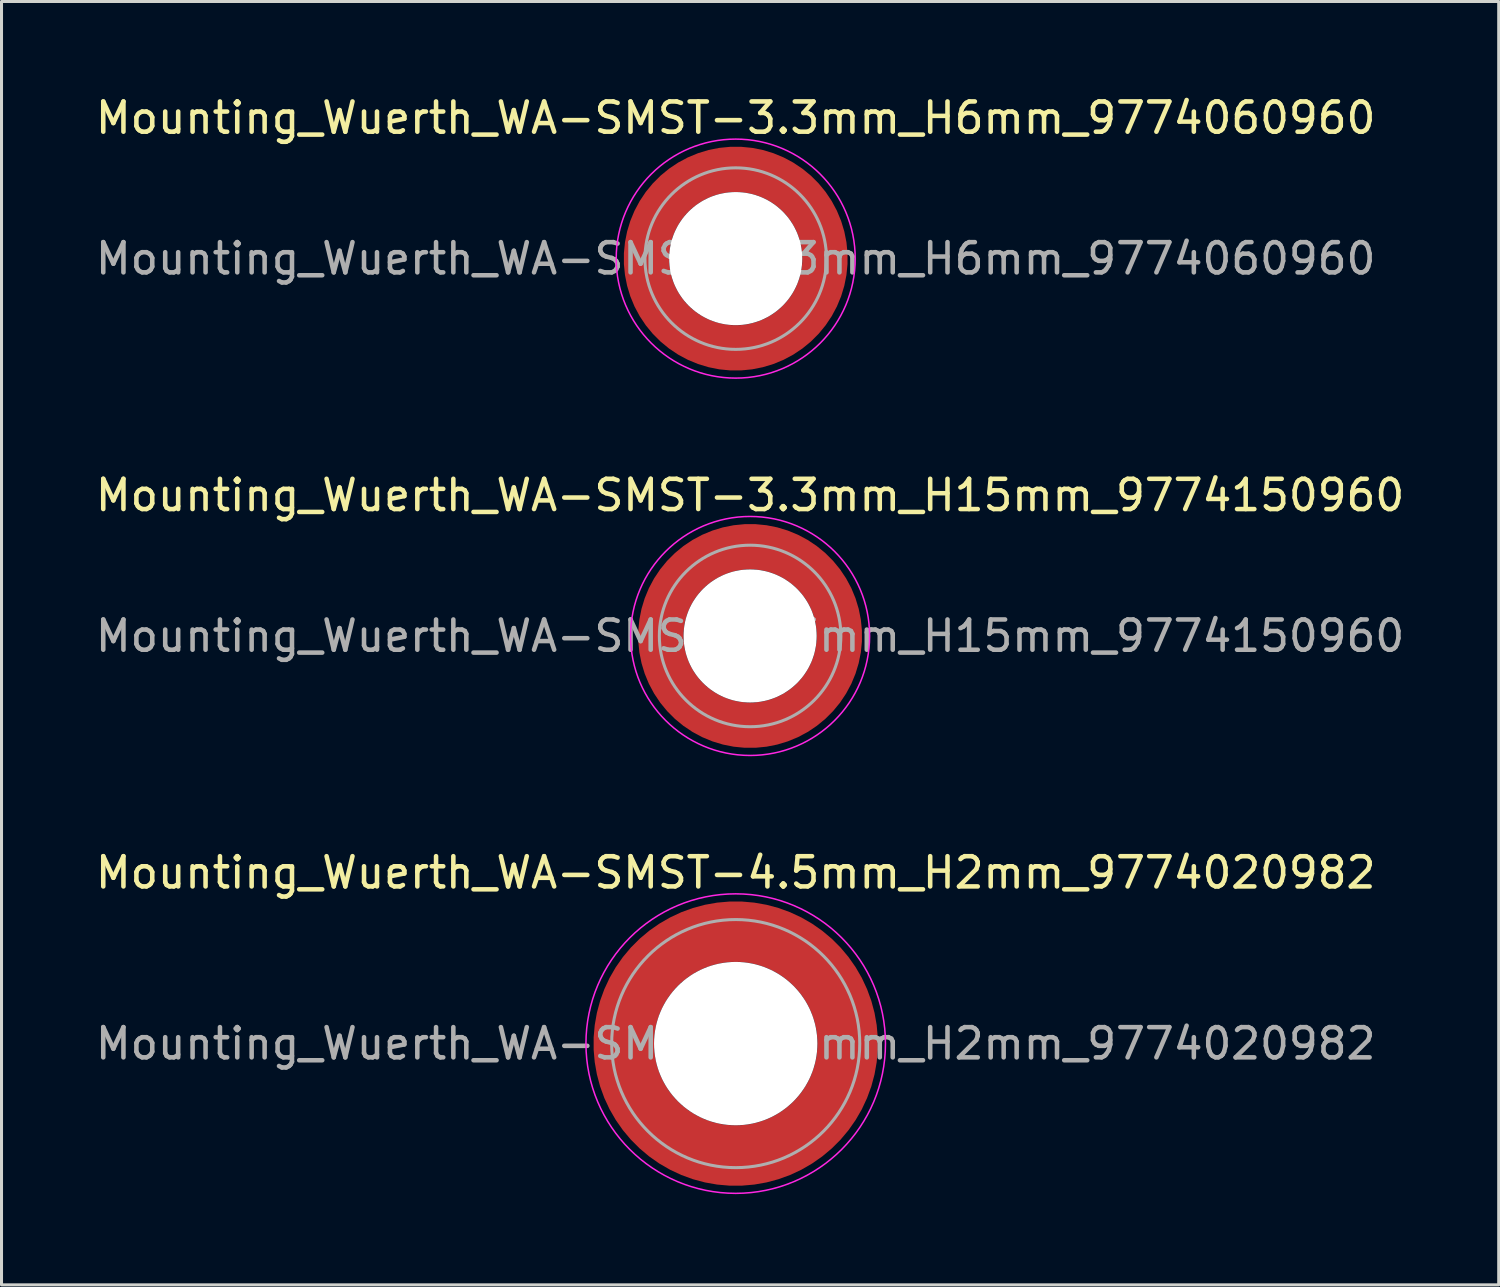
<source format=kicad_pcb>
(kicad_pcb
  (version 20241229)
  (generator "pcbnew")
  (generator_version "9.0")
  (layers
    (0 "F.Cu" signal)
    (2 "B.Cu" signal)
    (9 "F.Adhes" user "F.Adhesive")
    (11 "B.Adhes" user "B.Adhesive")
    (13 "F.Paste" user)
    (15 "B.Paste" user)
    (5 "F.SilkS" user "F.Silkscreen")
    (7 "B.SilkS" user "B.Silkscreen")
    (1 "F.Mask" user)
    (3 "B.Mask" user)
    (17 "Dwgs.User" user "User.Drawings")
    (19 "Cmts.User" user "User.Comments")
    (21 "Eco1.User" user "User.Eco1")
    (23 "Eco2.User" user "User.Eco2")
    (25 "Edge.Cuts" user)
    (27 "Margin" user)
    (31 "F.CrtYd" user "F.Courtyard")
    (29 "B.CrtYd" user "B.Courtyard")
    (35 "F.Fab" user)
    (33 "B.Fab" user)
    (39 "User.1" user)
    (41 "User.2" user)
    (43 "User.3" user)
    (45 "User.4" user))
  (footprint "Mounting_Wuerth_WA-SMST-3.3mm_H6mm_9774060960"
    (layer "F.Cu")
    (at 21.268 5.498)
    (property "Reference" "Mounting_Wuerth_WA-SMST-3.3mm_H6mm_9774060960" (at 0 -4.65 0) (layer "F.SilkS") (effects (font (size 1 1) (thickness 0.15))))
    (attr smd)
    (fp_circle (center 0 0) (end 3.95 0) (stroke (width 0.05) (type solid)) (fill no) (layer "F.CrtYd"))
    (fp_circle (center 0 0) (end 3 0) (stroke (width 0.1) (type solid)) (fill no) (layer "F.Fab"))
    (fp_text user "${REFERENCE}" (at 0 0 0) (layer "F.Fab") (effects (font (size 1 1) (thickness 0.15))))
    (pad "" smd custom (at -2.058 -2.058) (size 0.7 0.7) (layers "F.Paste") (options (anchor circle)) (primitives (gr_arc (start -0.377294 1.707681) (mid 0.318198 0.318198) (end 1.707681 -0.377294) (width 0.2)) (gr_arc (start -0.478281 1.707681) (mid 0.247487 0.247487) (end 1.707681 -0.478281) (width 0.2)) (gr_arc (start -0.579192 1.707681) (mid 0.176777 0.176777) (end 1.707681 -0.579192) (width 0.2)) (gr_arc (start -0.680037 1.707681) (mid 0.106066 0.106066) (end 1.707681 -0.680037) (width 0.2)) (gr_arc (start -0.780822 1.707681) (mid 0.035356 0.035356) (end 1.707681 -0.780822) (width 0.2)) (gr_arc (start -0.881554 1.707681) (mid -0.035355 -0.035355) (end 1.707681 -0.881554) (width 0.2)) (gr_arc (start -0.982237 1.707681) (mid -0.106066 -0.106066) (end 1.707681 -0.982237) (width 0.2)) (gr_arc (start -1.082877 1.707681) (mid -0.176777 -0.176777) (end 1.707681 -1.082877) (width 0.2)) (gr_arc (start -1.183476 1.707681) (mid -0.247487 -0.247487) (end 1.707681 -1.183476) (width 0.2)) (gr_arc (start -1.28404 1.707681) (mid -0.318198 -0.318198) (end 1.707681 -1.28404) (width 0.2)) (gr_line (start 1.708 -0.377) (end 1.708 -1.284) (width 0.2)) (gr_line (start -0.377 1.708) (end -1.284 1.708) (width 0.2))))
    (pad "" smd custom (at -2.058 2.058) (size 0.7 0.7) (layers "F.Paste") (options (anchor circle)) (primitives (gr_arc (start 1.707681 0.377294) (mid 0.318198 -0.318198) (end -0.377294 -1.707681) (width 0.2)) (gr_arc (start 1.707681 0.478281) (mid 0.247487 -0.247487) (end -0.478281 -1.707681) (width 0.2)) (gr_arc (start 1.707681 0.579192) (mid 0.176777 -0.176777) (end -0.579192 -1.707681) (width 0.2)) (gr_arc (start 1.707681 0.680037) (mid 0.106066 -0.106066) (end -0.680037 -1.707681) (width 0.2)) (gr_arc (start 1.707681 0.780822) (mid 0.035356 -0.035356) (end -0.780822 -1.707681) (width 0.2)) (gr_arc (start 1.707681 0.881554) (mid -0.035355 0.035355) (end -0.881554 -1.707681) (width 0.2)) (gr_arc (start 1.707681 0.982237) (mid -0.106066 0.106066) (end -0.982237 -1.707681) (width 0.2)) (gr_arc (start 1.707681 1.082877) (mid -0.176777 0.176777) (end -1.082877 -1.707681) (width 0.2)) (gr_arc (start 1.707681 1.183476) (mid -0.247487 0.247487) (end -1.183476 -1.707681) (width 0.2)) (gr_arc (start 1.707681 1.28404) (mid -0.318198 0.318198) (end -1.28404 -1.707681) (width 0.2)) (gr_line (start -0.377 -1.708) (end -1.284 -1.708) (width 0.2)) (gr_line (start 1.708 0.377) (end 1.708 1.284) (width 0.2))))
    (pad "" np_thru_hole circle (at 0 0) (size 4.4 4.4) (drill 4.4) (layers "*.Cu" "*.Mask"))
    (pad "" smd custom (at 2.058 -2.058) (size 0.7 0.7) (layers "F.Paste") (options (anchor circle)) (primitives (gr_arc (start -1.707681 -0.377294) (mid -0.318198 0.318198) (end 0.377294 1.707681) (width 0.2)) (gr_arc (start -1.707681 -0.478281) (mid -0.247487 0.247487) (end 0.478281 1.707681) (width 0.2)) (gr_arc (start -1.707681 -0.579192) (mid -0.176777 0.176777) (end 0.579192 1.707681) (width 0.2)) (gr_arc (start -1.707681 -0.680037) (mid -0.106066 0.106066) (end 0.680037 1.707681) (width 0.2)) (gr_arc (start -1.707681 -0.780822) (mid -0.035356 0.035356) (end 0.780822 1.707681) (width 0.2)) (gr_arc (start -1.707681 -0.881554) (mid 0.035355 -0.035355) (end 0.881554 1.707681) (width 0.2)) (gr_arc (start -1.707681 -0.982237) (mid 0.106066 -0.106066) (end 0.982237 1.707681) (width 0.2)) (gr_arc (start -1.707681 -1.082877) (mid 0.176777 -0.176777) (end 1.082877 1.707681) (width 0.2)) (gr_arc (start -1.707681 -1.183476) (mid 0.247487 -0.247487) (end 1.183476 1.707681) (width 0.2)) (gr_arc (start -1.707681 -1.28404) (mid 0.318198 -0.318198) (end 1.28404 1.707681) (width 0.2)) (gr_line (start 0.377 1.708) (end 1.284 1.708) (width 0.2)) (gr_line (start -1.708 -0.377) (end -1.708 -1.284) (width 0.2))))
    (pad "" smd custom (at 2.058 2.058) (size 0.7 0.7) (layers "F.Paste") (options (anchor circle)) (primitives (gr_arc (start 0.377294 -1.707681) (mid -0.318198 -0.318198) (end -1.707681 0.377294) (width 0.2)) (gr_arc (start 0.478281 -1.707681) (mid -0.247487 -0.247487) (end -1.707681 0.478281) (width 0.2)) (gr_arc (start 0.579192 -1.707681) (mid -0.176777 -0.176777) (end -1.707681 0.579192) (width 0.2)) (gr_arc (start 0.680037 -1.707681) (mid -0.106066 -0.106066) (end -1.707681 0.680037) (width 0.2)) (gr_arc (start 0.780822 -1.707681) (mid -0.035356 -0.035356) (end -1.707681 0.780822) (width 0.2)) (gr_arc (start 0.881554 -1.707681) (mid 0.035355 0.035355) (end -1.707681 0.881554) (width 0.2)) (gr_arc (start 0.982237 -1.707681) (mid 0.106066 0.106066) (end -1.707681 0.982237) (width 0.2)) (gr_arc (start 1.082877 -1.707681) (mid 0.176777 0.176777) (end -1.707681 1.082877) (width 0.2)) (gr_arc (start 1.183476 -1.707681) (mid 0.247487 0.247487) (end -1.707681 1.183476) (width 0.2)) (gr_arc (start 1.28404 -1.707681) (mid 0.318198 0.318198) (end -1.707681 1.28404) (width 0.2)) (gr_line (start -1.708 0.377) (end -1.708 1.284) (width 0.2)) (gr_line (start 0.377 -1.708) (end 1.284 -1.708) (width 0.2))))
    (pad "1" smd circle (at -2.95 0) (size 1.1 1.1) (layers "F.Cu"))
    (pad "1" smd circle (at 0 -2.95) (size 1.1 1.1) (layers "F.Cu"))
    (pad "1" smd circle (at 0 2.95) (size 1.1 1.1) (layers "F.Cu"))
    (pad "1" smd custom (at 2.95 0) (size 1.1 1.1) (layers "F.Cu" "F.Mask") (options (anchor circle)) (primitives (gr_circle (center -2.95 0) (end 0 0) (width 1.5) (fill no)))))
  (footprint "Mounting_Wuerth_WA-SMST-3.3mm_H15mm_9774150960"
    (layer "F.Cu")
    (at 21.744 17.971)
    (property "Reference" "Mounting_Wuerth_WA-SMST-3.3mm_H15mm_9774150960" (at 0 -4.65 0) (layer "F.SilkS") (effects (font (size 1 1) (thickness 0.15))))
    (attr smd)
    (fp_circle (center 0 0) (end 3.95 0) (stroke (width 0.05) (type solid)) (fill no) (layer "F.CrtYd"))
    (fp_circle (center 0 0) (end 3 0) (stroke (width 0.1) (type solid)) (fill no) (layer "F.Fab"))
    (fp_text user "${REFERENCE}" (at 0 0 0) (layer "F.Fab") (effects (font (size 1 1) (thickness 0.15))))
    (pad "" smd custom (at -2.058 -2.058) (size 0.7 0.7) (layers "F.Paste") (options (anchor circle)) (primitives (gr_arc (start -0.377294 1.707681) (mid 0.318198 0.318198) (end 1.707681 -0.377294) (width 0.2)) (gr_arc (start -0.478281 1.707681) (mid 0.247487 0.247487) (end 1.707681 -0.478281) (width 0.2)) (gr_arc (start -0.579192 1.707681) (mid 0.176777 0.176777) (end 1.707681 -0.579192) (width 0.2)) (gr_arc (start -0.680037 1.707681) (mid 0.106066 0.106066) (end 1.707681 -0.680037) (width 0.2)) (gr_arc (start -0.780822 1.707681) (mid 0.035356 0.035356) (end 1.707681 -0.780822) (width 0.2)) (gr_arc (start -0.881554 1.707681) (mid -0.035355 -0.035355) (end 1.707681 -0.881554) (width 0.2)) (gr_arc (start -0.982237 1.707681) (mid -0.106066 -0.106066) (end 1.707681 -0.982237) (width 0.2)) (gr_arc (start -1.082877 1.707681) (mid -0.176777 -0.176777) (end 1.707681 -1.082877) (width 0.2)) (gr_arc (start -1.183476 1.707681) (mid -0.247487 -0.247487) (end 1.707681 -1.183476) (width 0.2)) (gr_arc (start -1.28404 1.707681) (mid -0.318198 -0.318198) (end 1.707681 -1.28404) (width 0.2)) (gr_line (start 1.708 -0.377) (end 1.708 -1.284) (width 0.2)) (gr_line (start -0.377 1.708) (end -1.284 1.708) (width 0.2))))
    (pad "" smd custom (at -2.058 2.058) (size 0.7 0.7) (layers "F.Paste") (options (anchor circle)) (primitives (gr_arc (start 1.707681 0.377294) (mid 0.318198 -0.318198) (end -0.377294 -1.707681) (width 0.2)) (gr_arc (start 1.707681 0.478281) (mid 0.247487 -0.247487) (end -0.478281 -1.707681) (width 0.2)) (gr_arc (start 1.707681 0.579192) (mid 0.176777 -0.176777) (end -0.579192 -1.707681) (width 0.2)) (gr_arc (start 1.707681 0.680037) (mid 0.106066 -0.106066) (end -0.680037 -1.707681) (width 0.2)) (gr_arc (start 1.707681 0.780822) (mid 0.035356 -0.035356) (end -0.780822 -1.707681) (width 0.2)) (gr_arc (start 1.707681 0.881554) (mid -0.035355 0.035355) (end -0.881554 -1.707681) (width 0.2)) (gr_arc (start 1.707681 0.982237) (mid -0.106066 0.106066) (end -0.982237 -1.707681) (width 0.2)) (gr_arc (start 1.707681 1.082877) (mid -0.176777 0.176777) (end -1.082877 -1.707681) (width 0.2)) (gr_arc (start 1.707681 1.183476) (mid -0.247487 0.247487) (end -1.183476 -1.707681) (width 0.2)) (gr_arc (start 1.707681 1.28404) (mid -0.318198 0.318198) (end -1.28404 -1.707681) (width 0.2)) (gr_line (start -0.377 -1.708) (end -1.284 -1.708) (width 0.2)) (gr_line (start 1.708 0.377) (end 1.708 1.284) (width 0.2))))
    (pad "" np_thru_hole circle (at 0 0) (size 4.4 4.4) (drill 4.4) (layers "*.Cu" "*.Mask"))
    (pad "" smd custom (at 2.058 -2.058) (size 0.7 0.7) (layers "F.Paste") (options (anchor circle)) (primitives (gr_arc (start -1.707681 -0.377294) (mid -0.318198 0.318198) (end 0.377294 1.707681) (width 0.2)) (gr_arc (start -1.707681 -0.478281) (mid -0.247487 0.247487) (end 0.478281 1.707681) (width 0.2)) (gr_arc (start -1.707681 -0.579192) (mid -0.176777 0.176777) (end 0.579192 1.707681) (width 0.2)) (gr_arc (start -1.707681 -0.680037) (mid -0.106066 0.106066) (end 0.680037 1.707681) (width 0.2)) (gr_arc (start -1.707681 -0.780822) (mid -0.035356 0.035356) (end 0.780822 1.707681) (width 0.2)) (gr_arc (start -1.707681 -0.881554) (mid 0.035355 -0.035355) (end 0.881554 1.707681) (width 0.2)) (gr_arc (start -1.707681 -0.982237) (mid 0.106066 -0.106066) (end 0.982237 1.707681) (width 0.2)) (gr_arc (start -1.707681 -1.082877) (mid 0.176777 -0.176777) (end 1.082877 1.707681) (width 0.2)) (gr_arc (start -1.707681 -1.183476) (mid 0.247487 -0.247487) (end 1.183476 1.707681) (width 0.2)) (gr_arc (start -1.707681 -1.28404) (mid 0.318198 -0.318198) (end 1.28404 1.707681) (width 0.2)) (gr_line (start 0.377 1.708) (end 1.284 1.708) (width 0.2)) (gr_line (start -1.708 -0.377) (end -1.708 -1.284) (width 0.2))))
    (pad "" smd custom (at 2.058 2.058) (size 0.7 0.7) (layers "F.Paste") (options (anchor circle)) (primitives (gr_arc (start 0.377294 -1.707681) (mid -0.318198 -0.318198) (end -1.707681 0.377294) (width 0.2)) (gr_arc (start 0.478281 -1.707681) (mid -0.247487 -0.247487) (end -1.707681 0.478281) (width 0.2)) (gr_arc (start 0.579192 -1.707681) (mid -0.176777 -0.176777) (end -1.707681 0.579192) (width 0.2)) (gr_arc (start 0.680037 -1.707681) (mid -0.106066 -0.106066) (end -1.707681 0.680037) (width 0.2)) (gr_arc (start 0.780822 -1.707681) (mid -0.035356 -0.035356) (end -1.707681 0.780822) (width 0.2)) (gr_arc (start 0.881554 -1.707681) (mid 0.035355 0.035355) (end -1.707681 0.881554) (width 0.2)) (gr_arc (start 0.982237 -1.707681) (mid 0.106066 0.106066) (end -1.707681 0.982237) (width 0.2)) (gr_arc (start 1.082877 -1.707681) (mid 0.176777 0.176777) (end -1.707681 1.082877) (width 0.2)) (gr_arc (start 1.183476 -1.707681) (mid 0.247487 0.247487) (end -1.707681 1.183476) (width 0.2)) (gr_arc (start 1.28404 -1.707681) (mid 0.318198 0.318198) (end -1.707681 1.28404) (width 0.2)) (gr_line (start -1.708 0.377) (end -1.708 1.284) (width 0.2)) (gr_line (start 0.377 -1.708) (end 1.284 -1.708) (width 0.2))))
    (pad "1" smd circle (at -2.95 0) (size 1.1 1.1) (layers "F.Cu"))
    (pad "1" smd circle (at 0 -2.95) (size 1.1 1.1) (layers "F.Cu"))
    (pad "1" smd circle (at 0 2.95) (size 1.1 1.1) (layers "F.Cu"))
    (pad "1" smd custom (at 2.95 0) (size 1.1 1.1) (layers "F.Cu" "F.Mask") (options (anchor circle)) (primitives (gr_circle (center -2.95 0) (end 0 0) (width 1.5) (fill no)))))
  (footprint "Mounting_Wuerth_WA-SMST-4.5mm_H2mm_9774020982"
    (layer "F.Cu")
    (at 21.268 31.445)
    (property "Reference" "Mounting_Wuerth_WA-SMST-4.5mm_H2mm_9774020982" (at 0 -5.65 0) (layer "F.SilkS") (effects (font (size 1 1) (thickness 0.15))))
    (attr smd)
    (fp_circle (center 0 0) (end 4.95 0) (stroke (width 0.05) (type solid)) (fill no) (layer "F.CrtYd"))
    (fp_circle (center 0 0) (end 4.1 0) (stroke (width 0.1) (type solid)) (fill no) (layer "F.Fab"))
    (fp_text user "${REFERENCE}" (at 0 0 0) (layer "F.Fab") (effects (font (size 1 1) (thickness 0.15))))
    (pad "" smd custom (at -2.607 -2.607) (size 1.495 1.495) (layers "F.Paste") (options (anchor circle)) (primitives (gr_arc (start -0.188183 2.107456) (mid 0.599273 0.599273) (end 2.107456 -0.188183) (width 0.2)) (gr_arc (start -0.289416 2.107456) (mid 0.52877 0.52877) (end 2.107456 -0.289416) (width 0.2)) (gr_arc (start -0.390547 2.107456) (mid 0.458268 0.458268) (end 2.107456 -0.390547) (width 0.2)) (gr_arc (start -0.491585 2.107456) (mid 0.387765 0.387765) (end 2.107456 -0.491585) (width 0.2)) (gr_arc (start -0.59254 2.107456) (mid 0.317262 0.317262) (end 2.107456 -0.59254) (width 0.2)) (gr_arc (start -0.693419 2.107456) (mid 0.24676 0.24676) (end 2.107456 -0.693419) (width 0.2)) (gr_arc (start -0.794229 2.107456) (mid 0.176257 0.176257) (end 2.107456 -0.794229) (width 0.2)) (gr_arc (start -0.894975 2.107456) (mid 0.105754 0.105754) (end 2.107456 -0.894975) (width 0.2)) (gr_arc (start -0.995664 2.107456) (mid 0.035251 0.035251) (end 2.107456 -0.995664) (width 0.2)) (gr_arc (start -1.0963 2.107456) (mid -0.035252 -0.035252) (end 2.107456 -1.0963) (width 0.2)) (gr_arc (start -1.196886 2.107456) (mid -0.105754 -0.105754) (end 2.107456 -1.196886) (width 0.2)) (gr_arc (start -1.297427 2.107456) (mid -0.176257 -0.176257) (end 2.107456 -1.297427) (width 0.2)) (gr_arc (start -1.397927 2.107456) (mid -0.24676 -0.24676) (end 2.107456 -1.397927) (width 0.2)) (gr_arc (start -1.498388 2.107456) (mid -0.317262 -0.317262) (end 2.107456 -1.498388) (width 0.2)) (gr_arc (start -1.598813 2.107456) (mid -0.387765 -0.387765) (end 2.107456 -1.598813) (width 0.2)) (gr_arc (start -1.699204 2.107456) (mid -0.458267 -0.458267) (end 2.107456 -1.699204) (width 0.2)) (gr_arc (start -1.799565 2.107456) (mid -0.528771 -0.528771) (end 2.107456 -1.799565) (width 0.2)) (gr_arc (start -1.899896 2.107456) (mid -0.599273 -0.599273) (end 2.107456 -1.899896) (width 0.2)) (gr_arc (start -1.899896 2.107456) (mid -0.599273 -0.599273) (end 2.107456 -1.899896) (width 0.2)) (gr_line (start 2.107 -0.188) (end 2.107 -1.9) (width 0.2)) (gr_line (start -0.188 2.107) (end -1.9 2.107) (width 0.2))))
    (pad "" smd custom (at -2.607 2.607) (size 1.495 1.495) (layers "F.Paste") (options (anchor circle)) (primitives (gr_arc (start 2.107456 0.188183) (mid 0.599273 -0.599273) (end -0.188183 -2.107456) (width 0.2)) (gr_arc (start 2.107456 0.289416) (mid 0.52877 -0.52877) (end -0.289416 -2.107456) (width 0.2)) (gr_arc (start 2.107456 0.390547) (mid 0.458268 -0.458268) (end -0.390547 -2.107456) (width 0.2)) (gr_arc (start 2.107456 0.491585) (mid 0.387765 -0.387765) (end -0.491585 -2.107456) (width 0.2)) (gr_arc (start 2.107456 0.59254) (mid 0.317262 -0.317262) (end -0.59254 -2.107456) (width 0.2)) (gr_arc (start 2.107456 0.693419) (mid 0.24676 -0.24676) (end -0.693419 -2.107456) (width 0.2)) (gr_arc (start 2.107456 0.794229) (mid 0.176257 -0.176257) (end -0.794229 -2.107456) (width 0.2)) (gr_arc (start 2.107456 0.894975) (mid 0.105754 -0.105754) (end -0.894975 -2.107456) (width 0.2)) (gr_arc (start 2.107456 0.995664) (mid 0.035251 -0.035251) (end -0.995664 -2.107456) (width 0.2)) (gr_arc (start 2.107456 1.0963) (mid -0.035252 0.035252) (end -1.0963 -2.107456) (width 0.2)) (gr_arc (start 2.107456 1.196886) (mid -0.105754 0.105754) (end -1.196886 -2.107456) (width 0.2)) (gr_arc (start 2.107456 1.297427) (mid -0.176257 0.176257) (end -1.297427 -2.107456) (width 0.2)) (gr_arc (start 2.107456 1.397927) (mid -0.24676 0.24676) (end -1.397927 -2.107456) (width 0.2)) (gr_arc (start 2.107456 1.498388) (mid -0.317262 0.317262) (end -1.498388 -2.107456) (width 0.2)) (gr_arc (start 2.107456 1.598813) (mid -0.387765 0.387765) (end -1.598813 -2.107456) (width 0.2)) (gr_arc (start 2.107456 1.699204) (mid -0.458267 0.458267) (end -1.699204 -2.107456) (width 0.2)) (gr_arc (start 2.107456 1.799565) (mid -0.528771 0.528771) (end -1.799565 -2.107456) (width 0.2)) (gr_arc (start 2.107456 1.899896) (mid -0.599273 0.599273) (end -1.899896 -2.107456) (width 0.2)) (gr_arc (start 2.107456 1.899896) (mid -0.599273 0.599273) (end -1.899896 -2.107456) (width 0.2)) (gr_line (start -0.188 -2.107) (end -1.9 -2.107) (width 0.2)) (gr_line (start 2.107 0.188) (end 2.107 1.9) (width 0.2))))
    (pad "" np_thru_hole circle (at 0 0) (size 5.4 5.4) (drill 5.4) (layers "*.Cu" "*.Mask"))
    (pad "" smd custom (at 2.607 -2.607) (size 1.495 1.495) (layers "F.Paste") (options (anchor circle)) (primitives (gr_arc (start -2.107456 -0.188183) (mid -0.599273 0.599273) (end 0.188183 2.107456) (width 0.2)) (gr_arc (start -2.107456 -0.289416) (mid -0.52877 0.52877) (end 0.289416 2.107456) (width 0.2)) (gr_arc (start -2.107456 -0.390547) (mid -0.458268 0.458268) (end 0.390547 2.107456) (width 0.2)) (gr_arc (start -2.107456 -0.491585) (mid -0.387765 0.387765) (end 0.491585 2.107456) (width 0.2)) (gr_arc (start -2.107456 -0.59254) (mid -0.317262 0.317262) (end 0.59254 2.107456) (width 0.2)) (gr_arc (start -2.107456 -0.693419) (mid -0.24676 0.24676) (end 0.693419 2.107456) (width 0.2)) (gr_arc (start -2.107456 -0.794229) (mid -0.176257 0.176257) (end 0.794229 2.107456) (width 0.2)) (gr_arc (start -2.107456 -0.894975) (mid -0.105754 0.105754) (end 0.894975 2.107456) (width 0.2)) (gr_arc (start -2.107456 -0.995664) (mid -0.035251 0.035251) (end 0.995664 2.107456) (width 0.2)) (gr_arc (start -2.107456 -1.0963) (mid 0.035252 -0.035252) (end 1.0963 2.107456) (width 0.2)) (gr_arc (start -2.107456 -1.196886) (mid 0.105754 -0.105754) (end 1.196886 2.107456) (width 0.2)) (gr_arc (start -2.107456 -1.297427) (mid 0.176257 -0.176257) (end 1.297427 2.107456) (width 0.2)) (gr_arc (start -2.107456 -1.397927) (mid 0.24676 -0.24676) (end 1.397927 2.107456) (width 0.2)) (gr_arc (start -2.107456 -1.498388) (mid 0.317262 -0.317262) (end 1.498388 2.107456) (width 0.2)) (gr_arc (start -2.107456 -1.598813) (mid 0.387765 -0.387765) (end 1.598813 2.107456) (width 0.2)) (gr_arc (start -2.107456 -1.699204) (mid 0.458267 -0.458267) (end 1.699204 2.107456) (width 0.2)) (gr_arc (start -2.107456 -1.799565) (mid 0.528771 -0.528771) (end 1.799565 2.107456) (width 0.2)) (gr_arc (start -2.107456 -1.899896) (mid 0.599273 -0.599273) (end 1.899896 2.107456) (width 0.2)) (gr_arc (start -2.107456 -1.899896) (mid 0.599273 -0.599273) (end 1.899896 2.107456) (width 0.2)) (gr_line (start 0.188 2.107) (end 1.9 2.107) (width 0.2)) (gr_line (start -2.107 -0.188) (end -2.107 -1.9) (width 0.2))))
    (pad "" smd custom (at 2.607 2.607) (size 1.495 1.495) (layers "F.Paste") (options (anchor circle)) (primitives (gr_arc (start 0.188183 -2.107456) (mid -0.599273 -0.599273) (end -2.107456 0.188183) (width 0.2)) (gr_arc (start 0.289416 -2.107456) (mid -0.52877 -0.52877) (end -2.107456 0.289416) (width 0.2)) (gr_arc (start 0.390547 -2.107456) (mid -0.458268 -0.458268) (end -2.107456 0.390547) (width 0.2)) (gr_arc (start 0.491585 -2.107456) (mid -0.387765 -0.387765) (end -2.107456 0.491585) (width 0.2)) (gr_arc (start 0.59254 -2.107456) (mid -0.317262 -0.317262) (end -2.107456 0.59254) (width 0.2)) (gr_arc (start 0.693419 -2.107456) (mid -0.24676 -0.24676) (end -2.107456 0.693419) (width 0.2)) (gr_arc (start 0.794229 -2.107456) (mid -0.176257 -0.176257) (end -2.107456 0.794229) (width 0.2)) (gr_arc (start 0.894975 -2.107456) (mid -0.105754 -0.105754) (end -2.107456 0.894975) (width 0.2)) (gr_arc (start 0.995664 -2.107456) (mid -0.035251 -0.035251) (end -2.107456 0.995664) (width 0.2)) (gr_arc (start 1.0963 -2.107456) (mid 0.035252 0.035252) (end -2.107456 1.0963) (width 0.2)) (gr_arc (start 1.196886 -2.107456) (mid 0.105754 0.105754) (end -2.107456 1.196886) (width 0.2)) (gr_arc (start 1.297427 -2.107456) (mid 0.176257 0.176257) (end -2.107456 1.297427) (width 0.2)) (gr_arc (start 1.397927 -2.107456) (mid 0.24676 0.24676) (end -2.107456 1.397927) (width 0.2)) (gr_arc (start 1.498388 -2.107456) (mid 0.317262 0.317262) (end -2.107456 1.498388) (width 0.2)) (gr_arc (start 1.598813 -2.107456) (mid 0.387765 0.387765) (end -2.107456 1.598813) (width 0.2)) (gr_arc (start 1.699204 -2.107456) (mid 0.458267 0.458267) (end -2.107456 1.699204) (width 0.2)) (gr_arc (start 1.799565 -2.107456) (mid 0.528771 0.528771) (end -2.107456 1.799565) (width 0.2)) (gr_arc (start 1.899896 -2.107456) (mid 0.599273 0.599273) (end -2.107456 1.899896) (width 0.2)) (gr_arc (start 1.899896 -2.107456) (mid 0.599273 0.599273) (end -2.107456 1.899896) (width 0.2)) (gr_line (start -2.107 0.188) (end -2.107 1.9) (width 0.2)) (gr_line (start 0.188 -2.107) (end 1.9 -2.107) (width 0.2))))
    (pad "1" smd circle (at -3.7 0) (size 1.6 1.6) (layers "F.Cu"))
    (pad "1" smd circle (at 0 -3.7) (size 1.6 1.6) (layers "F.Cu"))
    (pad "1" smd circle (at 0 3.7) (size 1.6 1.6) (layers "F.Cu"))
    (pad "1" smd custom (at 3.7 0) (size 1.6 1.6) (layers "F.Cu" "F.Mask") (options (anchor circle)) (primitives (gr_circle (center -3.7 0) (end 0 0) (width 2) (fill no)))))
  (gr_rect
    (start -3 -3)
    (end 46.488 39.42)
    (stroke (width 0.1) (type default))
    (fill no)
    (layer "Edge.Cuts")))
</source>
